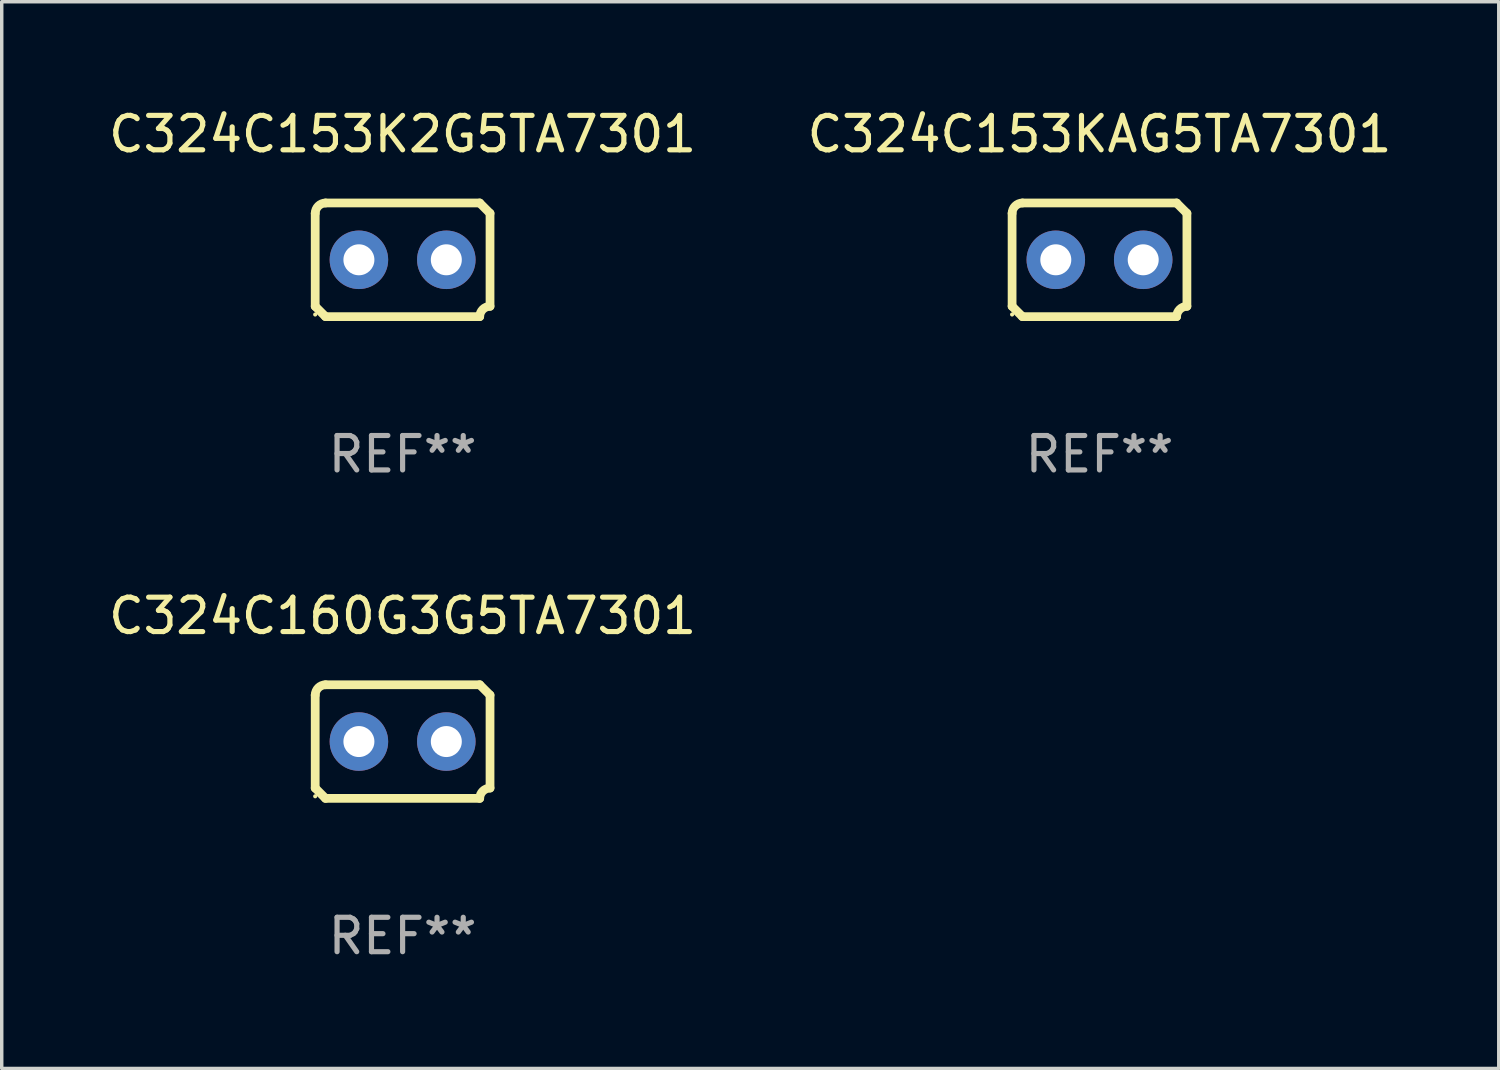
<source format=kicad_pcb>
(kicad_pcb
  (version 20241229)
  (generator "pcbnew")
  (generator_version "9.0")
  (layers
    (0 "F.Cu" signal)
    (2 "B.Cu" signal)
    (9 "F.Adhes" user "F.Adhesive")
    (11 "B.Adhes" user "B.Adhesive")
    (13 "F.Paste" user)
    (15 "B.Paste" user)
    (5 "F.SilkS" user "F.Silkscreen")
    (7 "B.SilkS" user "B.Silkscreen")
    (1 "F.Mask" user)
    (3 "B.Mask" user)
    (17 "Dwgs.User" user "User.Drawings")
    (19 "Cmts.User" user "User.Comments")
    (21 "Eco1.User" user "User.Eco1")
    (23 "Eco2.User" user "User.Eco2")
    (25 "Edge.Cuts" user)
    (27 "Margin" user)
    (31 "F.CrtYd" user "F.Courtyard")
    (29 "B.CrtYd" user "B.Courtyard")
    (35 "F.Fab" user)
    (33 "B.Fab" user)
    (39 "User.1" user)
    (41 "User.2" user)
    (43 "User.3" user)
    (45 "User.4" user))
  (footprint "C324C153K2G5TA7301"
    (layer "F.Cu")
    (at 8.649 4.499)
    (property "Reference" "C324C153K2G5TA7301" (at 0 -3.651 0) (layer "F.SilkS") (effects (font (size 1 1) (thickness 0.15))))
    (attr through_hole)
    (fp_line (start -2.54 -1.351) (end -2.54 1.351) (stroke (width 0.254) (type solid)) (layer "F.SilkS"))
    (fp_line (start -2.24 -1.651) (end 2.24 -1.651) (stroke (width 0.254) (type solid)) (layer "F.SilkS"))
    (fp_line (start 2.24 1.651) (end -2.24 1.651) (stroke (width 0.254) (type solid)) (layer "F.SilkS"))
    (fp_line (start 2.54 1.351) (end 2.54 -1.351) (stroke (width 0.254) (type solid)) (layer "F.SilkS"))
    (fp_arc (start -2.540005 -1.351283) (mid -2.450115 -1.561309) (end -2.240005 -1.651003) (stroke (width 0.254001) (type solid)) (layer "F.SilkS"))
    (fp_arc (start -2.240287 1.651001) (mid -2.390163 1.501019) (end -2.540005 1.351003) (stroke (width 0.254001) (type solid)) (layer "F.SilkS"))
    (fp_arc (start 2.240005 1.651003) (mid 2.329934 1.441015) (end 2.540005 1.351282) (stroke (width 0.254001) (type solid)) (layer "F.SilkS"))
    (fp_arc (start 2.540005 -1.351003) (mid 2.389393 -1.500252) (end 2.240284 -1.651003) (stroke (width 0.254001) (type solid)) (layer "F.SilkS"))
    (fp_circle (center -2.54 1.59) (end -2.51 1.59) (stroke (width 0.06) (type solid)) (fill no) (layer "F.SilkS"))
    (fp_text user "REF**" (at 0 5.651 0) (layer "F.Fab") (effects (font (size 1 1) (thickness 0.15))))
    (pad "1" thru_hole circle (at -1.27 0) (size 1.7 1.7) (drill 0.9) (layers "*.Cu" "*.Mask"))
    (pad "2" thru_hole circle (at 1.27 0) (size 1.7 1.7) (drill 0.9) (layers "*.Cu" "*.Mask")))
  (footprint "C324C153KAG5TA7301"
    (layer "F.Cu")
    (at 28.899 4.499)
    (property "Reference" "C324C153KAG5TA7301" (at 0 -3.651 0) (layer "F.SilkS") (effects (font (size 1 1) (thickness 0.15))))
    (attr through_hole)
    (fp_line (start -2.54 -1.351) (end -2.54 1.351) (stroke (width 0.254) (type solid)) (layer "F.SilkS"))
    (fp_line (start -2.24 -1.651) (end 2.24 -1.651) (stroke (width 0.254) (type solid)) (layer "F.SilkS"))
    (fp_line (start 2.24 1.651) (end -2.24 1.651) (stroke (width 0.254) (type solid)) (layer "F.SilkS"))
    (fp_line (start 2.54 1.351) (end 2.54 -1.351) (stroke (width 0.254) (type solid)) (layer "F.SilkS"))
    (fp_arc (start -2.540005 -1.351283) (mid -2.450115 -1.561309) (end -2.240005 -1.651003) (stroke (width 0.254001) (type solid)) (layer "F.SilkS"))
    (fp_arc (start -2.240287 1.651001) (mid -2.390163 1.501019) (end -2.540005 1.351003) (stroke (width 0.254001) (type solid)) (layer "F.SilkS"))
    (fp_arc (start 2.240005 1.651003) (mid 2.329934 1.441015) (end 2.540005 1.351282) (stroke (width 0.254001) (type solid)) (layer "F.SilkS"))
    (fp_arc (start 2.540005 -1.351003) (mid 2.389393 -1.500252) (end 2.240284 -1.651003) (stroke (width 0.254001) (type solid)) (layer "F.SilkS"))
    (fp_circle (center -2.54 1.59) (end -2.51 1.59) (stroke (width 0.06) (type solid)) (fill no) (layer "F.SilkS"))
    (fp_text user "REF**" (at 0 5.651 0) (layer "F.Fab") (effects (font (size 1 1) (thickness 0.15))))
    (pad "1" thru_hole circle (at -1.27 0) (size 1.7 1.7) (drill 0.9) (layers "*.Cu" "*.Mask"))
    (pad "2" thru_hole circle (at 1.27 0) (size 1.7 1.7) (drill 0.9) (layers "*.Cu" "*.Mask")))
  (footprint "C324C160G3G5TA7301"
    (layer "F.Cu")
    (at 8.649 18.498)
    (property "Reference" "C324C160G3G5TA7301" (at 0 -3.651 0) (layer "F.SilkS") (effects (font (size 1 1) (thickness 0.15))))
    (attr through_hole)
    (fp_line (start -2.54 -1.351) (end -2.54 1.351) (stroke (width 0.254) (type solid)) (layer "F.SilkS"))
    (fp_line (start -2.24 -1.651) (end 2.24 -1.651) (stroke (width 0.254) (type solid)) (layer "F.SilkS"))
    (fp_line (start 2.24 1.651) (end -2.24 1.651) (stroke (width 0.254) (type solid)) (layer "F.SilkS"))
    (fp_line (start 2.54 1.351) (end 2.54 -1.351) (stroke (width 0.254) (type solid)) (layer "F.SilkS"))
    (fp_arc (start -2.540005 -1.351283) (mid -2.450115 -1.561309) (end -2.240005 -1.651003) (stroke (width 0.254001) (type solid)) (layer "F.SilkS"))
    (fp_arc (start -2.240287 1.651001) (mid -2.390163 1.501019) (end -2.540005 1.351003) (stroke (width 0.254001) (type solid)) (layer "F.SilkS"))
    (fp_arc (start 2.240005 1.651003) (mid 2.329934 1.441015) (end 2.540005 1.351282) (stroke (width 0.254001) (type solid)) (layer "F.SilkS"))
    (fp_arc (start 2.540005 -1.351003) (mid 2.389393 -1.500252) (end 2.240284 -1.651003) (stroke (width 0.254001) (type solid)) (layer "F.SilkS"))
    (fp_circle (center -2.54 1.59) (end -2.51 1.59) (stroke (width 0.06) (type solid)) (fill no) (layer "F.SilkS"))
    (fp_text user "REF**" (at 0 5.651 0) (layer "F.Fab") (effects (font (size 1 1) (thickness 0.15))))
    (pad "1" thru_hole circle (at -1.27 0) (size 1.7 1.7) (drill 0.9) (layers "*.Cu" "*.Mask"))
    (pad "2" thru_hole circle (at 1.27 0) (size 1.7 1.7) (drill 0.9) (layers "*.Cu" "*.Mask")))
  (gr_rect
    (start -3 -3)
    (end 40.5 27.997)
    (stroke (width 0.1) (type default))
    (fill no)
    (layer "Edge.Cuts")))
</source>
